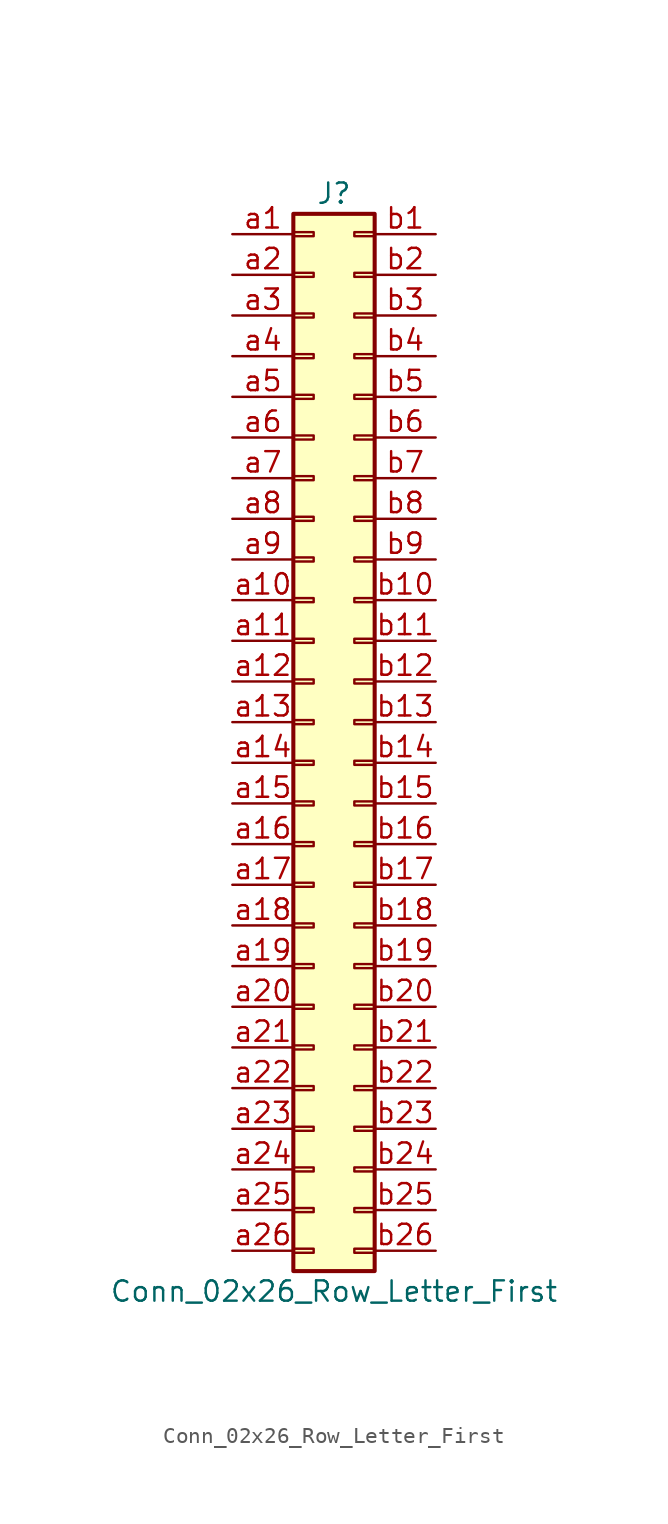
<source format=kicad_sym>
(kicad_symbol_lib
  (version 20211014)
  (generator kicad_symbol_editor)
  (symbol "Conn_02x26_Row_Letter_First"
    (pin_names
      (offset 1.016) hide)
    (property "Reference" "J"
      (at 1.27 33.02 0)
      (effects (font (size 1.27 1.27))))
    (property "Value" "Conn_02x26_Row_Letter_First"
      (at 1.27 -35.56 0)
      (effects (font (size 1.27 1.27))))
    (symbol "Conn_02x26_Row_Letter_First_1_1"
      (rectangle (start -1.27 -32.893) (end 0 -33.147) (stroke (width 0.152) (type default) (color 0 0 0 0)) (fill (type none)))
      (rectangle (start -1.27 -30.353) (end 0 -30.607) (stroke (width 0.152) (type default) (color 0 0 0 0)) (fill (type none)))
      (rectangle (start -1.27 -27.813) (end 0 -28.067) (stroke (width 0.152) (type default) (color 0 0 0 0)) (fill (type none)))
      (rectangle (start -1.27 -25.273) (end 0 -25.527) (stroke (width 0.152) (type default) (color 0 0 0 0)) (fill (type none)))
      (rectangle (start -1.27 -22.733) (end 0 -22.987) (stroke (width 0.152) (type default) (color 0 0 0 0)) (fill (type none)))
      (rectangle (start -1.27 -20.193) (end 0 -20.447) (stroke (width 0.152) (type default) (color 0 0 0 0)) (fill (type none)))
      (rectangle (start -1.27 -17.653) (end 0 -17.907) (stroke (width 0.152) (type default) (color 0 0 0 0)) (fill (type none)))
      (rectangle (start -1.27 -15.113) (end 0 -15.367) (stroke (width 0.152) (type default) (color 0 0 0 0)) (fill (type none)))
      (rectangle (start -1.27 -12.573) (end 0 -12.827) (stroke (width 0.152) (type default) (color 0 0 0 0)) (fill (type none)))
      (rectangle (start -1.27 -10.033) (end 0 -10.287) (stroke (width 0.152) (type default) (color 0 0 0 0)) (fill (type none)))
      (rectangle (start -1.27 -7.493) (end 0 -7.747) (stroke (width 0.152) (type default) (color 0 0 0 0)) (fill (type none)))
      (rectangle (start -1.27 -4.953) (end 0 -5.207) (stroke (width 0.152) (type default) (color 0 0 0 0)) (fill (type none)))
      (rectangle (start -1.27 -2.413) (end 0 -2.667) (stroke (width 0.152) (type default) (color 0 0 0 0)) (fill (type none)))
      (rectangle (start -1.27 0.127) (end 0 -0.127) (stroke (width 0.152) (type default) (color 0 0 0 0)) (fill (type none)))
      (rectangle (start -1.27 2.667) (end 0 2.413) (stroke (width 0.152) (type default) (color 0 0 0 0)) (fill (type none)))
      (rectangle (start -1.27 5.207) (end 0 4.953) (stroke (width 0.152) (type default) (color 0 0 0 0)) (fill (type none)))
      (rectangle (start -1.27 7.747) (end 0 7.493) (stroke (width 0.152) (type default) (color 0 0 0 0)) (fill (type none)))
      (rectangle (start -1.27 10.287) (end 0 10.033) (stroke (width 0.152) (type default) (color 0 0 0 0)) (fill (type none)))
      (rectangle (start -1.27 12.827) (end 0 12.573) (stroke (width 0.152) (type default) (color 0 0 0 0)) (fill (type none)))
      (rectangle (start -1.27 15.367) (end 0 15.113) (stroke (width 0.152) (type default) (color 0 0 0 0)) (fill (type none)))
      (rectangle (start -1.27 17.907) (end 0 17.653) (stroke (width 0.152) (type default) (color 0 0 0 0)) (fill (type none)))
      (rectangle (start -1.27 20.447) (end 0 20.193) (stroke (width 0.152) (type default) (color 0 0 0 0)) (fill (type none)))
      (rectangle (start -1.27 22.987) (end 0 22.733) (stroke (width 0.152) (type default) (color 0 0 0 0)) (fill (type none)))
      (rectangle (start -1.27 25.527) (end 0 25.273) (stroke (width 0.152) (type default) (color 0 0 0 0)) (fill (type none)))
      (rectangle (start -1.27 28.067) (end 0 27.813) (stroke (width 0.152) (type default) (color 0 0 0 0)) (fill (type none)))
      (rectangle (start -1.27 30.607) (end 0 30.353) (stroke (width 0.152) (type default) (color 0 0 0 0)) (fill (type none)))
      (rectangle (start -1.27 31.75) (end 3.81 -34.29) (stroke (width 0.254) (type default) (color 0 0 0 0)) (fill (type background)))
      (rectangle (start 3.81 -32.893) (end 2.54 -33.147) (stroke (width 0.152) (type default) (color 0 0 0 0)) (fill (type none)))
      (rectangle (start 3.81 -30.353) (end 2.54 -30.607) (stroke (width 0.152) (type default) (color 0 0 0 0)) (fill (type none)))
      (rectangle (start 3.81 -27.813) (end 2.54 -28.067) (stroke (width 0.152) (type default) (color 0 0 0 0)) (fill (type none)))
      (rectangle (start 3.81 -25.273) (end 2.54 -25.527) (stroke (width 0.152) (type default) (color 0 0 0 0)) (fill (type none)))
      (rectangle (start 3.81 -22.733) (end 2.54 -22.987) (stroke (width 0.152) (type default) (color 0 0 0 0)) (fill (type none)))
      (rectangle (start 3.81 -20.193) (end 2.54 -20.447) (stroke (width 0.152) (type default) (color 0 0 0 0)) (fill (type none)))
      (rectangle (start 3.81 -17.653) (end 2.54 -17.907) (stroke (width 0.152) (type default) (color 0 0 0 0)) (fill (type none)))
      (rectangle (start 3.81 -15.113) (end 2.54 -15.367) (stroke (width 0.152) (type default) (color 0 0 0 0)) (fill (type none)))
      (rectangle (start 3.81 -12.573) (end 2.54 -12.827) (stroke (width 0.152) (type default) (color 0 0 0 0)) (fill (type none)))
      (rectangle (start 3.81 -10.033) (end 2.54 -10.287) (stroke (width 0.152) (type default) (color 0 0 0 0)) (fill (type none)))
      (rectangle (start 3.81 -7.493) (end 2.54 -7.747) (stroke (width 0.152) (type default) (color 0 0 0 0)) (fill (type none)))
      (rectangle (start 3.81 -4.953) (end 2.54 -5.207) (stroke (width 0.152) (type default) (color 0 0 0 0)) (fill (type none)))
      (rectangle (start 3.81 -2.413) (end 2.54 -2.667) (stroke (width 0.152) (type default) (color 0 0 0 0)) (fill (type none)))
      (rectangle (start 3.81 0.127) (end 2.54 -0.127) (stroke (width 0.152) (type default) (color 0 0 0 0)) (fill (type none)))
      (rectangle (start 3.81 2.667) (end 2.54 2.413) (stroke (width 0.152) (type default) (color 0 0 0 0)) (fill (type none)))
      (rectangle (start 3.81 5.207) (end 2.54 4.953) (stroke (width 0.152) (type default) (color 0 0 0 0)) (fill (type none)))
      (rectangle (start 3.81 7.747) (end 2.54 7.493) (stroke (width 0.152) (type default) (color 0 0 0 0)) (fill (type none)))
      (rectangle (start 3.81 10.287) (end 2.54 10.033) (stroke (width 0.152) (type default) (color 0 0 0 0)) (fill (type none)))
      (rectangle (start 3.81 12.827) (end 2.54 12.573) (stroke (width 0.152) (type default) (color 0 0 0 0)) (fill (type none)))
      (rectangle (start 3.81 15.367) (end 2.54 15.113) (stroke (width 0.152) (type default) (color 0 0 0 0)) (fill (type none)))
      (rectangle (start 3.81 17.907) (end 2.54 17.653) (stroke (width 0.152) (type default) (color 0 0 0 0)) (fill (type none)))
      (rectangle (start 3.81 20.447) (end 2.54 20.193) (stroke (width 0.152) (type default) (color 0 0 0 0)) (fill (type none)))
      (rectangle (start 3.81 22.987) (end 2.54 22.733) (stroke (width 0.152) (type default) (color 0 0 0 0)) (fill (type none)))
      (rectangle (start 3.81 25.527) (end 2.54 25.273) (stroke (width 0.152) (type default) (color 0 0 0 0)) (fill (type none)))
      (rectangle (start 3.81 28.067) (end 2.54 27.813) (stroke (width 0.152) (type default) (color 0 0 0 0)) (fill (type none)))
      (rectangle (start 3.81 30.607) (end 2.54 30.353) (stroke (width 0.152) (type default) (color 0 0 0 0)) (fill (type none)))
      (pin passive line (at -5.08 30.48 0) (length 3.81) (name "Pin_a1" (effects (font (size 1.27 1.27)))) (number "a1" (effects (font (size 1.27 1.27)))))
      (pin passive line (at -5.08 7.62 0) (length 3.81) (name "Pin_a10" (effects (font (size 1.27 1.27)))) (number "a10" (effects (font (size 1.27 1.27)))))
      (pin passive line (at -5.08 5.08 0) (length 3.81) (name "Pin_a11" (effects (font (size 1.27 1.27)))) (number "a11" (effects (font (size 1.27 1.27)))))
      (pin passive line (at -5.08 2.54 0) (length 3.81) (name "Pin_a12" (effects (font (size 1.27 1.27)))) (number "a12" (effects (font (size 1.27 1.27)))))
      (pin passive line (at -5.08 0 0) (length 3.81) (name "Pin_a13" (effects (font (size 1.27 1.27)))) (number "a13" (effects (font (size 1.27 1.27)))))
      (pin passive line (at -5.08 -2.54 0) (length 3.81) (name "Pin_a14" (effects (font (size 1.27 1.27)))) (number "a14" (effects (font (size 1.27 1.27)))))
      (pin passive line (at -5.08 -5.08 0) (length 3.81) (name "Pin_a15" (effects (font (size 1.27 1.27)))) (number "a15" (effects (font (size 1.27 1.27)))))
      (pin passive line (at -5.08 -7.62 0) (length 3.81) (name "Pin_a16" (effects (font (size 1.27 1.27)))) (number "a16" (effects (font (size 1.27 1.27)))))
      (pin passive line (at -5.08 -10.16 0) (length 3.81) (name "Pin_a17" (effects (font (size 1.27 1.27)))) (number "a17" (effects (font (size 1.27 1.27)))))
      (pin passive line (at -5.08 -12.7 0) (length 3.81) (name "Pin_a18" (effects (font (size 1.27 1.27)))) (number "a18" (effects (font (size 1.27 1.27)))))
      (pin passive line (at -5.08 -15.24 0) (length 3.81) (name "Pin_a19" (effects (font (size 1.27 1.27)))) (number "a19" (effects (font (size 1.27 1.27)))))
      (pin passive line (at -5.08 27.94 0) (length 3.81) (name "Pin_a2" (effects (font (size 1.27 1.27)))) (number "a2" (effects (font (size 1.27 1.27)))))
      (pin passive line (at -5.08 -17.78 0) (length 3.81) (name "Pin_a20" (effects (font (size 1.27 1.27)))) (number "a20" (effects (font (size 1.27 1.27)))))
      (pin passive line (at -5.08 -20.32 0) (length 3.81) (name "Pin_a21" (effects (font (size 1.27 1.27)))) (number "a21" (effects (font (size 1.27 1.27)))))
      (pin passive line (at -5.08 -22.86 0) (length 3.81) (name "Pin_a22" (effects (font (size 1.27 1.27)))) (number "a22" (effects (font (size 1.27 1.27)))))
      (pin passive line (at -5.08 -25.4 0) (length 3.81) (name "Pin_a23" (effects (font (size 1.27 1.27)))) (number "a23" (effects (font (size 1.27 1.27)))))
      (pin passive line (at -5.08 -27.94 0) (length 3.81) (name "Pin_a24" (effects (font (size 1.27 1.27)))) (number "a24" (effects (font (size 1.27 1.27)))))
      (pin passive line (at -5.08 -30.48 0) (length 3.81) (name "Pin_a25" (effects (font (size 1.27 1.27)))) (number "a25" (effects (font (size 1.27 1.27)))))
      (pin passive line (at -5.08 -33.02 0) (length 3.81) (name "Pin_a26" (effects (font (size 1.27 1.27)))) (number "a26" (effects (font (size 1.27 1.27)))))
      (pin passive line (at -5.08 25.4 0) (length 3.81) (name "Pin_a3" (effects (font (size 1.27 1.27)))) (number "a3" (effects (font (size 1.27 1.27)))))
      (pin passive line (at -5.08 22.86 0) (length 3.81) (name "Pin_a4" (effects (font (size 1.27 1.27)))) (number "a4" (effects (font (size 1.27 1.27)))))
      (pin passive line (at -5.08 20.32 0) (length 3.81) (name "Pin_a5" (effects (font (size 1.27 1.27)))) (number "a5" (effects (font (size 1.27 1.27)))))
      (pin passive line (at -5.08 17.78 0) (length 3.81) (name "Pin_a6" (effects (font (size 1.27 1.27)))) (number "a6" (effects (font (size 1.27 1.27)))))
      (pin passive line (at -5.08 15.24 0) (length 3.81) (name "Pin_a7" (effects (font (size 1.27 1.27)))) (number "a7" (effects (font (size 1.27 1.27)))))
      (pin passive line (at -5.08 12.7 0) (length 3.81) (name "Pin_a8" (effects (font (size 1.27 1.27)))) (number "a8" (effects (font (size 1.27 1.27)))))
      (pin passive line (at -5.08 10.16 0) (length 3.81) (name "Pin_a9" (effects (font (size 1.27 1.27)))) (number "a9" (effects (font (size 1.27 1.27)))))
      (pin passive line (at 7.62 30.48 180) (length 3.81) (name "Pin_b1" (effects (font (size 1.27 1.27)))) (number "b1" (effects (font (size 1.27 1.27)))))
      (pin passive line (at 7.62 7.62 180) (length 3.81) (name "Pin_b10" (effects (font (size 1.27 1.27)))) (number "b10" (effects (font (size 1.27 1.27)))))
      (pin passive line (at 7.62 5.08 180) (length 3.81) (name "Pin_b11" (effects (font (size 1.27 1.27)))) (number "b11" (effects (font (size 1.27 1.27)))))
      (pin passive line (at 7.62 2.54 180) (length 3.81) (name "Pin_b12" (effects (font (size 1.27 1.27)))) (number "b12" (effects (font (size 1.27 1.27)))))
      (pin passive line (at 7.62 0 180) (length 3.81) (name "Pin_b13" (effects (font (size 1.27 1.27)))) (number "b13" (effects (font (size 1.27 1.27)))))
      (pin passive line (at 7.62 -2.54 180) (length 3.81) (name "Pin_b14" (effects (font (size 1.27 1.27)))) (number "b14" (effects (font (size 1.27 1.27)))))
      (pin passive line (at 7.62 -5.08 180) (length 3.81) (name "Pin_b15" (effects (font (size 1.27 1.27)))) (number "b15" (effects (font (size 1.27 1.27)))))
      (pin passive line (at 7.62 -7.62 180) (length 3.81) (name "Pin_b16" (effects (font (size 1.27 1.27)))) (number "b16" (effects (font (size 1.27 1.27)))))
      (pin passive line (at 7.62 -10.16 180) (length 3.81) (name "Pin_b17" (effects (font (size 1.27 1.27)))) (number "b17" (effects (font (size 1.27 1.27)))))
      (pin passive line (at 7.62 -12.7 180) (length 3.81) (name "Pin_b18" (effects (font (size 1.27 1.27)))) (number "b18" (effects (font (size 1.27 1.27)))))
      (pin passive line (at 7.62 -15.24 180) (length 3.81) (name "Pin_b19" (effects (font (size 1.27 1.27)))) (number "b19" (effects (font (size 1.27 1.27)))))
      (pin passive line (at 7.62 27.94 180) (length 3.81) (name "Pin_b2" (effects (font (size 1.27 1.27)))) (number "b2" (effects (font (size 1.27 1.27)))))
      (pin passive line (at 7.62 -17.78 180) (length 3.81) (name "Pin_b20" (effects (font (size 1.27 1.27)))) (number "b20" (effects (font (size 1.27 1.27)))))
      (pin passive line (at 7.62 -20.32 180) (length 3.81) (name "Pin_b21" (effects (font (size 1.27 1.27)))) (number "b21" (effects (font (size 1.27 1.27)))))
      (pin passive line (at 7.62 -22.86 180) (length 3.81) (name "Pin_b22" (effects (font (size 1.27 1.27)))) (number "b22" (effects (font (size 1.27 1.27)))))
      (pin passive line (at 7.62 -25.4 180) (length 3.81) (name "Pin_b23" (effects (font (size 1.27 1.27)))) (number "b23" (effects (font (size 1.27 1.27)))))
      (pin passive line (at 7.62 -27.94 180) (length 3.81) (name "Pin_b24" (effects (font (size 1.27 1.27)))) (number "b24" (effects (font (size 1.27 1.27)))))
      (pin passive line (at 7.62 -30.48 180) (length 3.81) (name "Pin_b25" (effects (font (size 1.27 1.27)))) (number "b25" (effects (font (size 1.27 1.27)))))
      (pin passive line (at 7.62 -33.02 180) (length 3.81) (name "Pin_b26" (effects (font (size 1.27 1.27)))) (number "b26" (effects (font (size 1.27 1.27)))))
      (pin passive line (at 7.62 25.4 180) (length 3.81) (name "Pin_b3" (effects (font (size 1.27 1.27)))) (number "b3" (effects (font (size 1.27 1.27)))))
      (pin passive line (at 7.62 22.86 180) (length 3.81) (name "Pin_b4" (effects (font (size 1.27 1.27)))) (number "b4" (effects (font (size 1.27 1.27)))))
      (pin passive line (at 7.62 20.32 180) (length 3.81) (name "Pin_b5" (effects (font (size 1.27 1.27)))) (number "b5" (effects (font (size 1.27 1.27)))))
      (pin passive line (at 7.62 17.78 180) (length 3.81) (name "Pin_b6" (effects (font (size 1.27 1.27)))) (number "b6" (effects (font (size 1.27 1.27)))))
      (pin passive line (at 7.62 15.24 180) (length 3.81) (name "Pin_b7" (effects (font (size 1.27 1.27)))) (number "b7" (effects (font (size 1.27 1.27)))))
      (pin passive line (at 7.62 12.7 180) (length 3.81) (name "Pin_b8" (effects (font (size 1.27 1.27)))) (number "b8" (effects (font (size 1.27 1.27)))))
      (pin passive line (at 7.62 10.16 180) (length 3.81) (name "Pin_b9" (effects (font (size 1.27 1.27)))) (number "b9" (effects (font (size 1.27 1.27))))))))
</source>
